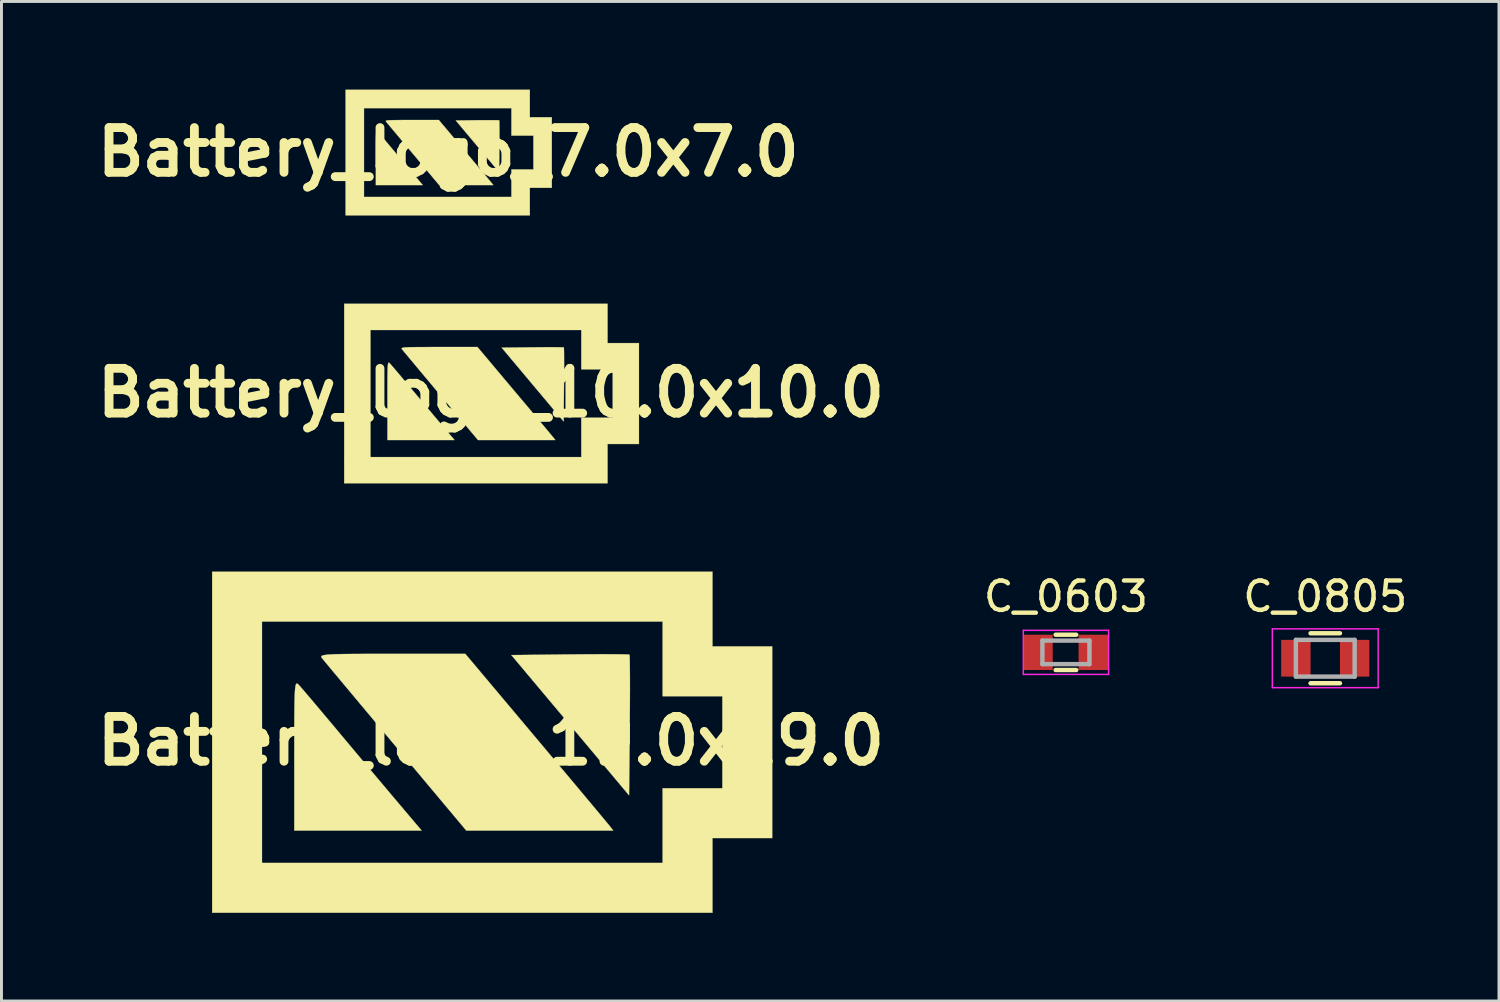
<source format=kicad_pcb>
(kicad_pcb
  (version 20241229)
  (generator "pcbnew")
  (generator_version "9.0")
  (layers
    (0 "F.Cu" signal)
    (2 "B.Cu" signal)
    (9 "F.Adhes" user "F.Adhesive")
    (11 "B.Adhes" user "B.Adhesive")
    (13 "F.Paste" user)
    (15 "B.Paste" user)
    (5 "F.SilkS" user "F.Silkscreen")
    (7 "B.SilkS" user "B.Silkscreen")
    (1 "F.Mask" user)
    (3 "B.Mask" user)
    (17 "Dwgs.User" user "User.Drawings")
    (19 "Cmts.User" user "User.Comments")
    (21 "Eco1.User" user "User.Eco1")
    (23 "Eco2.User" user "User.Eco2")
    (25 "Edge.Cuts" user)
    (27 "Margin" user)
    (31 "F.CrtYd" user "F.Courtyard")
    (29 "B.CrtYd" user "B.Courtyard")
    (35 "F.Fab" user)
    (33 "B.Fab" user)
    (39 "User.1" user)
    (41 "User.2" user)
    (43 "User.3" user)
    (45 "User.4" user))
  (footprint "Battery_logo_19.0x19.0"
    (layer "F.Cu")
    (at 13.651 22.157)
    (property "Reference" "Battery_logo_19.0x19.0" (at 0 0 0) (layer "F.SilkS") (effects (font (size 1.524 1.524) (thickness 0.3))))
    (attr through_hole)
    (fp_poly (pts (xy 4.177 -2.95) (xy 4.491 -2.947) (xy 4.675 -2.941) (xy 4.713 -2.935) (xy 4.72 -2.846) (xy 4.725 -2.609) (xy 4.728 -2.246) (xy 4.729 -1.78) (xy 4.727 -1.231) (xy 4.722 -0.621) (xy 4.722 -0.528) (xy 4.699 1.848) (xy 0.697 -2.921) (xy 2.69 -2.944) (xy 3.252 -2.949) (xy 3.756 -2.951) (xy 4.177 -2.95)) (stroke (width 0.01) (type solid)) (fill yes) (layer "F.SilkS"))
    (fp_poly (pts (xy 7.535 -3.217) (xy 9.567 -3.217) (xy 9.567 3.302) (xy 7.535 3.302) (xy 7.535 5.842) (xy -9.483 5.842) (xy -9.483 -4.064) (xy -7.789 -4.064) (xy -7.789 4.149) (xy 5.842 4.149) (xy 5.842 1.609) (xy 7.874 1.609) (xy 7.874 -1.524) (xy 5.842 -1.524) (xy 5.842 -4.064) (xy -7.789 -4.064) (xy -9.483 -4.064) (xy -9.483 -5.757) (xy 7.535 -5.757) (xy 7.535 -3.217)) (stroke (width 0.01) (type solid)) (fill yes) (layer "F.SilkS"))
    (fp_poly (pts (xy -6.546 -1.916) (xy -6.533 -1.903) (xy -6.433 -1.789) (xy -6.243 -1.567) (xy -5.983 -1.26) (xy -5.671 -0.889) (xy -5.326 -0.479) (xy -5.245 -0.381) (xy -4.828 0.117) (xy -4.376 0.655) (xy -3.927 1.19) (xy -3.518 1.676) (xy -3.235 2.011) (xy -2.358 3.048) (xy -6.689 3.048) (xy -6.689 0.489) (xy -6.688 -0.235) (xy -6.687 -0.806) (xy -6.682 -1.241) (xy -6.675 -1.556) (xy -6.662 -1.768) (xy -6.644 -1.893) (xy -6.62 -1.949) (xy -6.587 -1.951) (xy -6.546 -1.916)) (stroke (width 0.01) (type solid)) (fill yes) (layer "F.SilkS"))
    (fp_poly (pts (xy 1.49 -0.153) (xy 1.993 0.446) (xy 2.466 1.009) (xy 2.898 1.524) (xy 3.276 1.976) (xy 3.588 2.349) (xy 3.823 2.631) (xy 3.968 2.806) (xy 4.007 2.853) (xy 4.161 3.048) (xy -0.837 3.048) (xy -3.234 0.188) (xy -3.738 -0.413) (xy -4.211 -0.978) (xy -4.642 -1.493) (xy -5.018 -1.943) (xy -5.329 -2.315) (xy -5.562 -2.595) (xy -5.706 -2.768) (xy -5.747 -2.817) (xy -5.771 -2.859) (xy -5.76 -2.892) (xy -5.696 -2.917) (xy -5.563 -2.936) (xy -5.342 -2.949) (xy -5.018 -2.957) (xy -4.573 -2.961) (xy -3.99 -2.963) (xy -3.367 -2.963) (xy -0.872 -2.963) (xy 1.49 -0.153)) (stroke (width 0.01) (type solid)) (fill yes) (layer "F.SilkS")))
  (footprint "Battery_logo_7.0x7.0"
    (layer "F.Cu")
    (at 12.199 2.124)
    (property "Reference" "Battery_logo_7.0x7.0" (at 0 0 0) (layer "F.SilkS") (effects (font (size 1.524 1.524) (thickness 0.3))))
    (attr through_hole)
    (fp_poly (pts (xy 1.538 -1.086) (xy 1.653 -1.085) (xy 1.721 -1.082) (xy 1.735 -1.08) (xy 1.737 -1.048) (xy 1.739 -0.96) (xy 1.74 -0.827) (xy 1.741 -0.655) (xy 1.74 -0.453) (xy 1.738 -0.229) (xy 1.738 -0.194) (xy 1.73 0.68) (xy 0.993 -0.198) (xy 0.257 -1.075) (xy 0.99 -1.084) (xy 1.197 -1.085) (xy 1.383 -1.086) (xy 1.538 -1.086)) (stroke (width 0.01) (type solid)) (fill yes) (layer "F.SilkS"))
    (fp_poly (pts (xy 2.774 -1.184) (xy 3.522 -1.184) (xy 3.522 1.215) (xy 2.774 1.215) (xy 2.774 2.15) (xy -3.491 2.15) (xy -3.491 -1.496) (xy -2.867 -1.496) (xy -2.867 1.527) (xy 2.15 1.527) (xy 2.15 0.592) (xy 2.898 0.592) (xy 2.898 -0.561) (xy 2.15 -0.561) (xy 2.15 -1.496) (xy -2.867 -1.496) (xy -3.491 -1.496) (xy -3.491 -2.119) (xy 2.774 -2.119) (xy 2.774 -1.184)) (stroke (width 0.01) (type solid)) (fill yes) (layer "F.SilkS"))
    (fp_poly (pts (xy -2.409 -0.705) (xy -2.405 -0.7) (xy -2.368 -0.658) (xy -2.298 -0.577) (xy -2.202 -0.464) (xy -2.087 -0.327) (xy -1.961 -0.176) (xy -1.931 -0.14) (xy -1.777 0.043) (xy -1.611 0.241) (xy -1.446 0.438) (xy -1.295 0.617) (xy -1.191 0.74) (xy -0.868 1.122) (xy -2.462 1.122) (xy -2.462 0.18) (xy -2.462 -0.086) (xy -2.461 -0.297) (xy -2.46 -0.457) (xy -2.457 -0.573) (xy -2.452 -0.651) (xy -2.446 -0.697) (xy -2.437 -0.717) (xy -2.425 -0.718) (xy -2.409 -0.705)) (stroke (width 0.01) (type solid)) (fill yes) (layer "F.SilkS"))
    (fp_poly (pts (xy 0.549 -0.056) (xy 0.734 0.164) (xy 0.908 0.372) (xy 1.067 0.561) (xy 1.206 0.727) (xy 1.321 0.865) (xy 1.407 0.968) (xy 1.461 1.033) (xy 1.475 1.05) (xy 1.532 1.122) (xy -0.308 1.122) (xy -1.19 0.069) (xy -1.376 -0.152) (xy -1.55 -0.36) (xy -1.709 -0.55) (xy -1.847 -0.715) (xy -1.962 -0.852) (xy -2.047 -0.955) (xy -2.1 -1.019) (xy -2.115 -1.037) (xy -2.124 -1.052) (xy -2.12 -1.065) (xy -2.097 -1.074) (xy -2.048 -1.081) (xy -1.967 -1.085) (xy -1.847 -1.088) (xy -1.683 -1.09) (xy -1.469 -1.091) (xy -1.239 -1.091) (xy -0.321 -1.091) (xy 0.549 -0.056)) (stroke (width 0.01) (type solid)) (fill yes) (layer "F.SilkS")))
  (footprint "C_0603"
    (layer "F.Cu")
    (at 33.212 19.143)
    (property "Reference" "C_0603" (at 0 -1.9 0) (layer "F.SilkS") (effects (font (size 1 1) (thickness 0.15))))
    (attr smd)
    (fp_line (start -0.35 -0.6) (end 0.35 -0.6) (stroke (width 0.15) (type solid)) (layer "F.SilkS"))
    (fp_line (start 0.35 0.6) (end -0.35 0.6) (stroke (width 0.15) (type solid)) (layer "F.SilkS"))
    (fp_line (start -1.45 -0.75) (end -1.45 0.75) (stroke (width 0.05) (type solid)) (layer "F.CrtYd"))
    (fp_line (start -1.45 -0.75) (end 1.45 -0.75) (stroke (width 0.05) (type solid)) (layer "F.CrtYd"))
    (fp_line (start -1.45 0.75) (end 1.45 0.75) (stroke (width 0.05) (type solid)) (layer "F.CrtYd"))
    (fp_line (start 1.45 -0.75) (end 1.45 0.75) (stroke (width 0.05) (type solid)) (layer "F.CrtYd"))
    (fp_line (start -0.8 -0.4) (end 0.8 -0.4) (stroke (width 0.15) (type solid)) (layer "F.Fab"))
    (fp_line (start -0.8 0.4) (end -0.8 -0.4) (stroke (width 0.15) (type solid)) (layer "F.Fab"))
    (fp_line (start 0.8 -0.4) (end 0.8 0.4) (stroke (width 0.15) (type solid)) (layer "F.Fab"))
    (fp_line (start 0.8 0.4) (end -0.8 0.4) (stroke (width 0.15) (type solid)) (layer "F.Fab"))
    (pad "1" smd rect (at -0.95 0) (size 1 1.2) (layers "F.Cu" "F.Mask" "F.Paste"))
    (pad "2" smd rect (at 0.93 0) (size 1 1.2) (layers "F.Cu" "F.Mask" "F.Paste")))
  (footprint "Battery_logo_10.0x10.0"
    (layer "F.Cu")
    (at 13.651 10.315)
    (property "Reference" "Battery_logo_10.0x10.0" (at 0 0 0) (layer "F.SilkS") (effects (font (size 1.524 1.524) (thickness 0.3))))
    (attr through_hole)
    (fp_poly (pts (xy 2.198 -1.553) (xy 2.364 -1.551) (xy 2.46 -1.548) (xy 2.48 -1.545) (xy 2.484 -1.498) (xy 2.487 -1.373) (xy 2.488 -1.182) (xy 2.489 -0.937) (xy 2.488 -0.648) (xy 2.485 -0.327) (xy 2.485 -0.278) (xy 2.473 0.972) (xy 0.367 -1.537) (xy 1.416 -1.549) (xy 1.712 -1.552) (xy 1.977 -1.553) (xy 2.198 -1.553)) (stroke (width 0.01) (type solid)) (fill yes) (layer "F.SilkS"))
    (fp_poly (pts (xy 3.966 -1.693) (xy 5.035 -1.693) (xy 5.035 1.738) (xy 3.966 1.738) (xy 3.966 3.075) (xy -4.991 3.075) (xy -4.991 -2.139) (xy -4.1 -2.139) (xy -4.1 2.184) (xy 3.075 2.184) (xy 3.075 0.847) (xy 4.144 0.847) (xy 4.144 -0.802) (xy 3.075 -0.802) (xy 3.075 -2.139) (xy -4.1 -2.139) (xy -4.991 -2.139) (xy -4.991 -3.03) (xy 3.966 -3.03) (xy 3.966 -1.693)) (stroke (width 0.01) (type solid)) (fill yes) (layer "F.SilkS"))
    (fp_poly (pts (xy -3.445 -1.008) (xy -3.438 -1.001) (xy -3.386 -0.941) (xy -3.286 -0.825) (xy -3.149 -0.663) (xy -2.985 -0.468) (xy -2.803 -0.252) (xy -2.76 -0.201) (xy -2.541 0.061) (xy -2.303 0.345) (xy -2.067 0.626) (xy -1.852 0.882) (xy -1.703 1.058) (xy -1.241 1.604) (xy -3.52 1.604) (xy -3.52 0.257) (xy -3.52 -0.124) (xy -3.519 -0.424) (xy -3.517 -0.653) (xy -3.513 -0.819) (xy -3.507 -0.93) (xy -3.497 -0.996) (xy -3.484 -1.026) (xy -3.467 -1.027) (xy -3.445 -1.008)) (stroke (width 0.01) (type solid)) (fill yes) (layer "F.SilkS"))
    (fp_poly (pts (xy 0.784 -0.08) (xy 1.049 0.235) (xy 1.298 0.531) (xy 1.525 0.802) (xy 1.724 1.04) (xy 1.889 1.237) (xy 2.012 1.385) (xy 2.088 1.477) (xy 2.109 1.502) (xy 2.19 1.604) (xy -0.44 1.604) (xy -1.702 0.099) (xy -1.967 -0.217) (xy -2.216 -0.515) (xy -2.443 -0.786) (xy -2.641 -1.023) (xy -2.805 -1.219) (xy -2.927 -1.366) (xy -3.003 -1.457) (xy -3.024 -1.483) (xy -3.038 -1.505) (xy -3.032 -1.522) (xy -2.998 -1.535) (xy -2.928 -1.545) (xy -2.812 -1.552) (xy -2.641 -1.556) (xy -2.407 -1.558) (xy -2.1 -1.559) (xy -1.772 -1.56) (xy -0.459 -1.56) (xy 0.784 -0.08)) (stroke (width 0.01) (type solid)) (fill yes) (layer "F.SilkS")))
  (footprint "C_0805"
    (layer "F.Cu")
    (at 42.034 19.343)
    (property "Reference" "C_0805" (at 0 -2.1 0) (layer "F.SilkS") (effects (font (size 1 1) (thickness 0.15))))
    (attr smd)
    (fp_line (start -0.5 0.85) (end 0.5 0.85) (stroke (width 0.15) (type solid)) (layer "F.SilkS"))
    (fp_line (start 0.5 -0.85) (end -0.5 -0.85) (stroke (width 0.15) (type solid)) (layer "F.SilkS"))
    (fp_line (start -1.8 -1) (end -1.8 1) (stroke (width 0.05) (type solid)) (layer "F.CrtYd"))
    (fp_line (start -1.8 -1) (end 1.8 -1) (stroke (width 0.05) (type solid)) (layer "F.CrtYd"))
    (fp_line (start -1.8 1) (end 1.8 1) (stroke (width 0.05) (type solid)) (layer "F.CrtYd"))
    (fp_line (start 1.8 -1) (end 1.8 1) (stroke (width 0.05) (type solid)) (layer "F.CrtYd"))
    (fp_line (start -1 -0.625) (end 1 -0.625) (stroke (width 0.15) (type solid)) (layer "F.Fab"))
    (fp_line (start -1 0.625) (end -1 -0.625) (stroke (width 0.15) (type solid)) (layer "F.Fab"))
    (fp_line (start 1 -0.625) (end 1 0.625) (stroke (width 0.15) (type solid)) (layer "F.Fab"))
    (fp_line (start 1 0.625) (end -1 0.625) (stroke (width 0.15) (type solid)) (layer "F.Fab"))
    (pad "1" smd rect (at -1 0) (size 1 1.25) (layers "F.Cu" "F.Mask" "F.Paste"))
    (pad "2" smd rect (at 1 0) (size 1 1.25) (layers "F.Cu" "F.Mask" "F.Paste")))
  (gr_rect
    (start -3 -3)
    (end 47.944 31.004)
    (stroke (width 0.1) (type default))
    (fill no)
    (layer "Edge.Cuts")))
</source>
